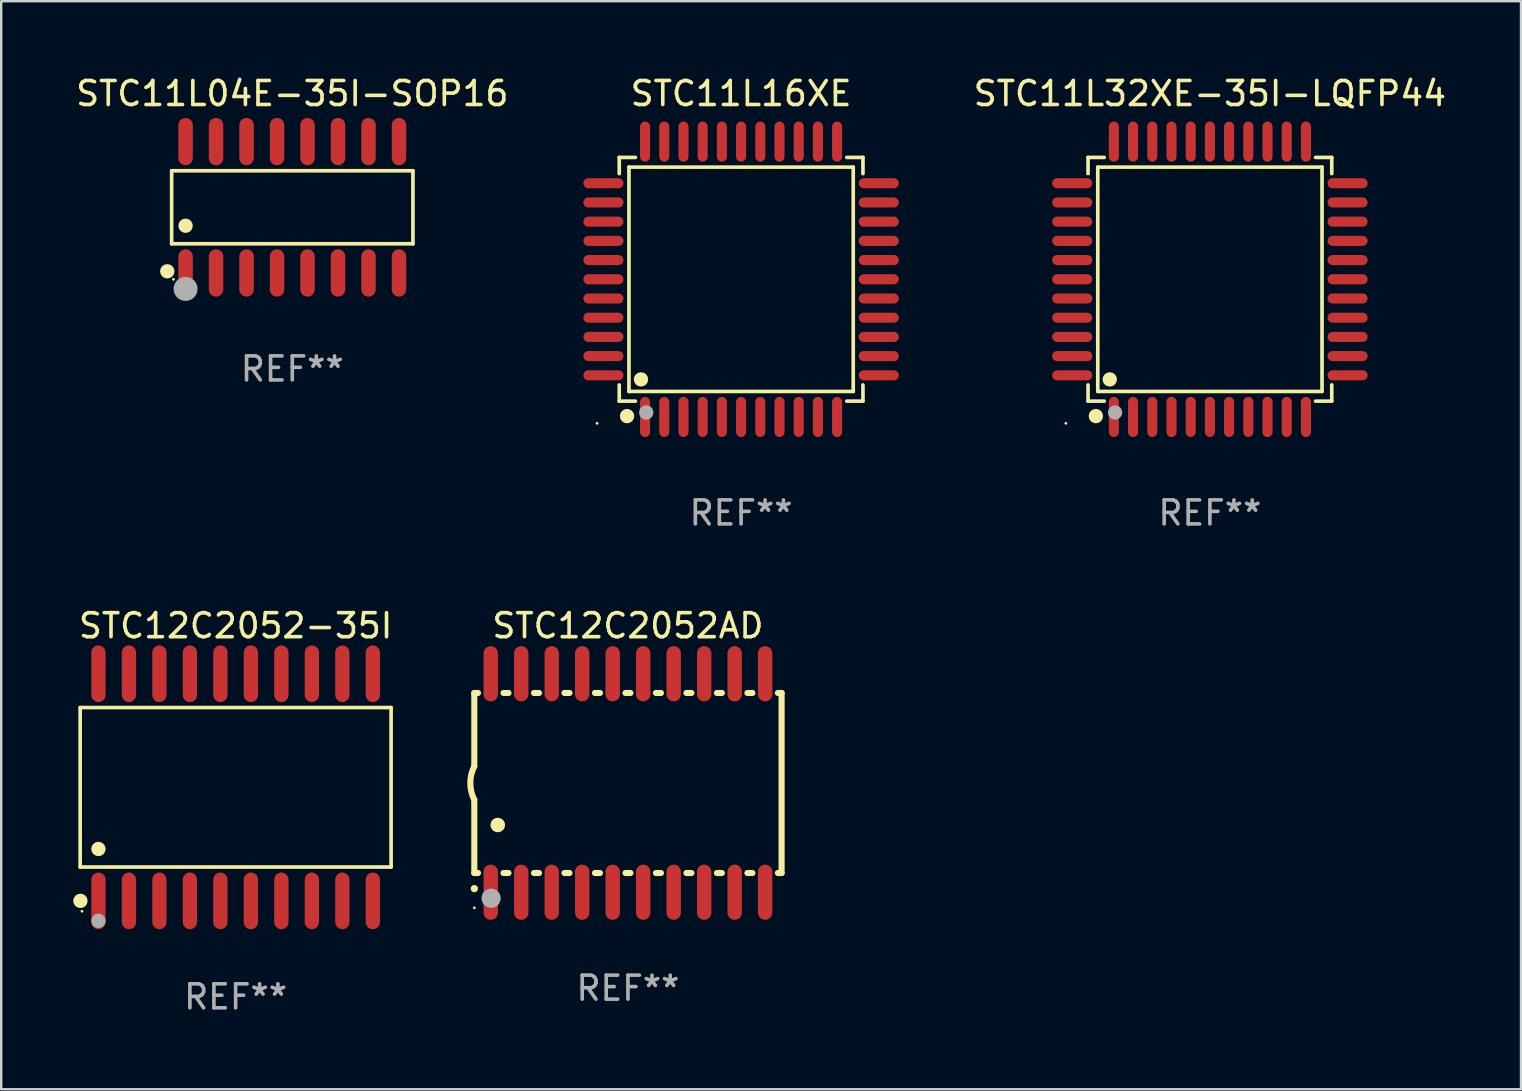
<source format=kicad_pcb>
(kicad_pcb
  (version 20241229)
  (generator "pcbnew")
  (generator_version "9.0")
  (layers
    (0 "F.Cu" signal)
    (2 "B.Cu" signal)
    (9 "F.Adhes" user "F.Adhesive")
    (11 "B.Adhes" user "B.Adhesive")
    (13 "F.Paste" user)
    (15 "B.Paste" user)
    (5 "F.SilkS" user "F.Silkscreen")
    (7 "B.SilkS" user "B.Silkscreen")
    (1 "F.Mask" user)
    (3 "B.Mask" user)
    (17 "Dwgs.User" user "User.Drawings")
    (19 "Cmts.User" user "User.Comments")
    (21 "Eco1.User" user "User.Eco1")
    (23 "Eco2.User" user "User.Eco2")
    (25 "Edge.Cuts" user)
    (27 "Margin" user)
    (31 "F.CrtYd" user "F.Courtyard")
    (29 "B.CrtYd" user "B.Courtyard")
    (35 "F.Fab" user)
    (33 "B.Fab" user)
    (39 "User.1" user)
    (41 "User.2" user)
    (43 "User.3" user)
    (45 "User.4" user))
  (footprint "STC11L16XE"
    (layer "F.Cu")
    (at 27.82 8.583)
    (property "Reference" "STC11L16XE" (at 0 -7.735 0) (layer "F.SilkS") (effects (font (size 1 1) (thickness 0.15))))
    (attr through_hole)
    (fp_line (start -5.076 -5.076) (end -4.401 -5.076) (stroke (width 0.152) (type solid)) (layer "F.SilkS"))
    (fp_line (start -5.076 -4.401) (end -5.076 -5.076) (stroke (width 0.152) (type solid)) (layer "F.SilkS"))
    (fp_line (start -5.076 4.401) (end -5.076 5.076) (stroke (width 0.152) (type solid)) (layer "F.SilkS"))
    (fp_line (start -5.076 5.076) (end -4.401 5.076) (stroke (width 0.152) (type solid)) (layer "F.SilkS"))
    (fp_line (start -4.671 -4.671) (end 4.671 -4.671) (stroke (width 0.152) (type solid)) (layer "F.SilkS"))
    (fp_line (start -4.671 4.671) (end -4.671 -4.671) (stroke (width 0.152) (type solid)) (layer "F.SilkS"))
    (fp_line (start 4.671 -4.671) (end 4.671 4.671) (stroke (width 0.152) (type solid)) (layer "F.SilkS"))
    (fp_line (start 4.671 4.671) (end -4.671 4.671) (stroke (width 0.152) (type solid)) (layer "F.SilkS"))
    (fp_line (start 5.076 -5.076) (end 4.401 -5.076) (stroke (width 0.152) (type solid)) (layer "F.SilkS"))
    (fp_line (start 5.076 -4.401) (end 5.076 -5.076) (stroke (width 0.152) (type solid)) (layer "F.SilkS"))
    (fp_line (start 5.076 4.401) (end 5.076 5.076) (stroke (width 0.152) (type solid)) (layer "F.SilkS"))
    (fp_line (start 5.076 5.076) (end 4.401 5.076) (stroke (width 0.152) (type solid)) (layer "F.SilkS"))
    (fp_circle (center -6 6) (end -5.97 6) (stroke (width 0.06) (type solid)) (fill no) (layer "F.SilkS"))
    (fp_circle (center -4.75 5.7) (end -4.6 5.7) (stroke (width 0.3) (type solid)) (fill no) (layer "F.SilkS"))
    (fp_circle (center -4.171 4.171) (end -4.021 4.171) (stroke (width 0.3) (type solid)) (fill no) (layer "F.SilkS"))
    (fp_circle (center -3.95 5.55) (end -3.8 5.55) (stroke (width 0.3) (type solid)) (fill no) (layer "F.Fab"))
    (fp_text user "REF**" (at 0 9.735 0) (layer "F.Fab") (effects (font (size 1 1) (thickness 0.15))))
    (pad "1" smd oval (at -4 5.735) (size 0.42 1.67) (layers "F.Cu" "F.Mask" "F.Paste"))
    (pad "2" smd oval (at -3.2 5.735) (size 0.42 1.67) (layers "F.Cu" "F.Mask" "F.Paste"))
    (pad "3" smd oval (at -2.4 5.735) (size 0.42 1.67) (layers "F.Cu" "F.Mask" "F.Paste"))
    (pad "4" smd oval (at -1.6 5.735) (size 0.42 1.67) (layers "F.Cu" "F.Mask" "F.Paste"))
    (pad "5" smd oval (at -0.8 5.735) (size 0.42 1.67) (layers "F.Cu" "F.Mask" "F.Paste"))
    (pad "6" smd oval (at 0 5.735) (size 0.42 1.67) (layers "F.Cu" "F.Mask" "F.Paste"))
    (pad "7" smd oval (at 0.8 5.735) (size 0.42 1.67) (layers "F.Cu" "F.Mask" "F.Paste"))
    (pad "8" smd oval (at 1.6 5.735) (size 0.42 1.67) (layers "F.Cu" "F.Mask" "F.Paste"))
    (pad "9" smd oval (at 2.4 5.735) (size 0.42 1.67) (layers "F.Cu" "F.Mask" "F.Paste"))
    (pad "10" smd oval (at 3.2 5.735) (size 0.42 1.67) (layers "F.Cu" "F.Mask" "F.Paste"))
    (pad "11" smd oval (at 4 5.735) (size 0.42 1.67) (layers "F.Cu" "F.Mask" "F.Paste"))
    (pad "12" smd oval (at 5.735 4) (size 1.67 0.42) (layers "F.Cu" "F.Mask" "F.Paste"))
    (pad "13" smd oval (at 5.735 3.2) (size 1.67 0.42) (layers "F.Cu" "F.Mask" "F.Paste"))
    (pad "14" smd oval (at 5.735 2.4) (size 1.67 0.42) (layers "F.Cu" "F.Mask" "F.Paste"))
    (pad "15" smd oval (at 5.735 1.6) (size 1.67 0.42) (layers "F.Cu" "F.Mask" "F.Paste"))
    (pad "16" smd oval (at 5.735 0.8) (size 1.67 0.42) (layers "F.Cu" "F.Mask" "F.Paste"))
    (pad "17" smd oval (at 5.735 0) (size 1.67 0.42) (layers "F.Cu" "F.Mask" "F.Paste"))
    (pad "18" smd oval (at 5.735 -0.8) (size 1.67 0.42) (layers "F.Cu" "F.Mask" "F.Paste"))
    (pad "19" smd oval (at 5.735 -1.6) (size 1.67 0.42) (layers "F.Cu" "F.Mask" "F.Paste"))
    (pad "20" smd oval (at 5.735 -2.4) (size 1.67 0.42) (layers "F.Cu" "F.Mask" "F.Paste"))
    (pad "21" smd oval (at 5.735 -3.2) (size 1.67 0.42) (layers "F.Cu" "F.Mask" "F.Paste"))
    (pad "22" smd oval (at 5.735 -4) (size 1.67 0.42) (layers "F.Cu" "F.Mask" "F.Paste"))
    (pad "23" smd oval (at 4 -5.735) (size 0.42 1.67) (layers "F.Cu" "F.Mask" "F.Paste"))
    (pad "24" smd oval (at 3.2 -5.735) (size 0.42 1.67) (layers "F.Cu" "F.Mask" "F.Paste"))
    (pad "25" smd oval (at 2.4 -5.735) (size 0.42 1.67) (layers "F.Cu" "F.Mask" "F.Paste"))
    (pad "26" smd oval (at 1.6 -5.735) (size 0.42 1.67) (layers "F.Cu" "F.Mask" "F.Paste"))
    (pad "27" smd oval (at 0.8 -5.735) (size 0.42 1.67) (layers "F.Cu" "F.Mask" "F.Paste"))
    (pad "28" smd oval (at 0 -5.735) (size 0.42 1.67) (layers "F.Cu" "F.Mask" "F.Paste"))
    (pad "29" smd oval (at -0.8 -5.735) (size 0.42 1.67) (layers "F.Cu" "F.Mask" "F.Paste"))
    (pad "30" smd oval (at -1.6 -5.735) (size 0.42 1.67) (layers "F.Cu" "F.Mask" "F.Paste"))
    (pad "31" smd oval (at -2.4 -5.735) (size 0.42 1.67) (layers "F.Cu" "F.Mask" "F.Paste"))
    (pad "32" smd oval (at -3.2 -5.735) (size 0.42 1.67) (layers "F.Cu" "F.Mask" "F.Paste"))
    (pad "33" smd oval (at -4 -5.735) (size 0.42 1.67) (layers "F.Cu" "F.Mask" "F.Paste"))
    (pad "34" smd oval (at -5.735 -4) (size 1.67 0.42) (layers "F.Cu" "F.Mask" "F.Paste"))
    (pad "35" smd oval (at -5.735 -3.2) (size 1.67 0.42) (layers "F.Cu" "F.Mask" "F.Paste"))
    (pad "36" smd oval (at -5.735 -2.4) (size 1.67 0.42) (layers "F.Cu" "F.Mask" "F.Paste"))
    (pad "37" smd oval (at -5.735 -1.6) (size 1.67 0.42) (layers "F.Cu" "F.Mask" "F.Paste"))
    (pad "38" smd oval (at -5.735 -0.8) (size 1.67 0.42) (layers "F.Cu" "F.Mask" "F.Paste"))
    (pad "39" smd oval (at -5.735 0) (size 1.67 0.42) (layers "F.Cu" "F.Mask" "F.Paste"))
    (pad "40" smd oval (at -5.735 0.8) (size 1.67 0.42) (layers "F.Cu" "F.Mask" "F.Paste"))
    (pad "41" smd oval (at -5.735 1.6) (size 1.67 0.42) (layers "F.Cu" "F.Mask" "F.Paste"))
    (pad "42" smd oval (at -5.735 2.4) (size 1.67 0.42) (layers "F.Cu" "F.Mask" "F.Paste"))
    (pad "43" smd oval (at -5.735 3.2) (size 1.67 0.42) (layers "F.Cu" "F.Mask" "F.Paste"))
    (pad "44" smd oval (at -5.735 4) (size 1.67 0.42) (layers "F.Cu" "F.Mask" "F.Paste")))
  (footprint "STC11L32XE-35I-LQFP44"
    (layer "F.Cu")
    (at 47.348 8.583)
    (property "Reference" "STC11L32XE-35I-LQFP44" (at 0 -7.735 0) (layer "F.SilkS") (effects (font (size 1 1) (thickness 0.15))))
    (attr through_hole)
    (fp_line (start -5.076 -5.076) (end -4.401 -5.076) (stroke (width 0.152) (type solid)) (layer "F.SilkS"))
    (fp_line (start -5.076 -4.401) (end -5.076 -5.076) (stroke (width 0.152) (type solid)) (layer "F.SilkS"))
    (fp_line (start -5.076 4.401) (end -5.076 5.076) (stroke (width 0.152) (type solid)) (layer "F.SilkS"))
    (fp_line (start -5.076 5.076) (end -4.401 5.076) (stroke (width 0.152) (type solid)) (layer "F.SilkS"))
    (fp_line (start -4.671 -4.671) (end 4.671 -4.671) (stroke (width 0.152) (type solid)) (layer "F.SilkS"))
    (fp_line (start -4.671 4.671) (end -4.671 -4.671) (stroke (width 0.152) (type solid)) (layer "F.SilkS"))
    (fp_line (start 4.671 -4.671) (end 4.671 4.671) (stroke (width 0.152) (type solid)) (layer "F.SilkS"))
    (fp_line (start 4.671 4.671) (end -4.671 4.671) (stroke (width 0.152) (type solid)) (layer "F.SilkS"))
    (fp_line (start 5.076 -5.076) (end 4.401 -5.076) (stroke (width 0.152) (type solid)) (layer "F.SilkS"))
    (fp_line (start 5.076 -4.401) (end 5.076 -5.076) (stroke (width 0.152) (type solid)) (layer "F.SilkS"))
    (fp_line (start 5.076 4.401) (end 5.076 5.076) (stroke (width 0.152) (type solid)) (layer "F.SilkS"))
    (fp_line (start 5.076 5.076) (end 4.401 5.076) (stroke (width 0.152) (type solid)) (layer "F.SilkS"))
    (fp_circle (center -6 6) (end -5.97 6) (stroke (width 0.06) (type solid)) (fill no) (layer "F.SilkS"))
    (fp_circle (center -4.75 5.7) (end -4.6 5.7) (stroke (width 0.3) (type solid)) (fill no) (layer "F.SilkS"))
    (fp_circle (center -4.171 4.171) (end -4.021 4.171) (stroke (width 0.3) (type solid)) (fill no) (layer "F.SilkS"))
    (fp_circle (center -3.95 5.55) (end -3.8 5.55) (stroke (width 0.3) (type solid)) (fill no) (layer "F.Fab"))
    (fp_text user "REF**" (at 0 9.735 0) (layer "F.Fab") (effects (font (size 1 1) (thickness 0.15))))
    (pad "1" smd oval (at -4 5.735) (size 0.42 1.67) (layers "F.Cu" "F.Mask" "F.Paste"))
    (pad "2" smd oval (at -3.2 5.735) (size 0.42 1.67) (layers "F.Cu" "F.Mask" "F.Paste"))
    (pad "3" smd oval (at -2.4 5.735) (size 0.42 1.67) (layers "F.Cu" "F.Mask" "F.Paste"))
    (pad "4" smd oval (at -1.6 5.735) (size 0.42 1.67) (layers "F.Cu" "F.Mask" "F.Paste"))
    (pad "5" smd oval (at -0.8 5.735) (size 0.42 1.67) (layers "F.Cu" "F.Mask" "F.Paste"))
    (pad "6" smd oval (at 0 5.735) (size 0.42 1.67) (layers "F.Cu" "F.Mask" "F.Paste"))
    (pad "7" smd oval (at 0.8 5.735) (size 0.42 1.67) (layers "F.Cu" "F.Mask" "F.Paste"))
    (pad "8" smd oval (at 1.6 5.735) (size 0.42 1.67) (layers "F.Cu" "F.Mask" "F.Paste"))
    (pad "9" smd oval (at 2.4 5.735) (size 0.42 1.67) (layers "F.Cu" "F.Mask" "F.Paste"))
    (pad "10" smd oval (at 3.2 5.735) (size 0.42 1.67) (layers "F.Cu" "F.Mask" "F.Paste"))
    (pad "11" smd oval (at 4 5.735) (size 0.42 1.67) (layers "F.Cu" "F.Mask" "F.Paste"))
    (pad "12" smd oval (at 5.735 4) (size 1.67 0.42) (layers "F.Cu" "F.Mask" "F.Paste"))
    (pad "13" smd oval (at 5.735 3.2) (size 1.67 0.42) (layers "F.Cu" "F.Mask" "F.Paste"))
    (pad "14" smd oval (at 5.735 2.4) (size 1.67 0.42) (layers "F.Cu" "F.Mask" "F.Paste"))
    (pad "15" smd oval (at 5.735 1.6) (size 1.67 0.42) (layers "F.Cu" "F.Mask" "F.Paste"))
    (pad "16" smd oval (at 5.735 0.8) (size 1.67 0.42) (layers "F.Cu" "F.Mask" "F.Paste"))
    (pad "17" smd oval (at 5.735 0) (size 1.67 0.42) (layers "F.Cu" "F.Mask" "F.Paste"))
    (pad "18" smd oval (at 5.735 -0.8) (size 1.67 0.42) (layers "F.Cu" "F.Mask" "F.Paste"))
    (pad "19" smd oval (at 5.735 -1.6) (size 1.67 0.42) (layers "F.Cu" "F.Mask" "F.Paste"))
    (pad "20" smd oval (at 5.735 -2.4) (size 1.67 0.42) (layers "F.Cu" "F.Mask" "F.Paste"))
    (pad "21" smd oval (at 5.735 -3.2) (size 1.67 0.42) (layers "F.Cu" "F.Mask" "F.Paste"))
    (pad "22" smd oval (at 5.735 -4) (size 1.67 0.42) (layers "F.Cu" "F.Mask" "F.Paste"))
    (pad "23" smd oval (at 4 -5.735) (size 0.42 1.67) (layers "F.Cu" "F.Mask" "F.Paste"))
    (pad "24" smd oval (at 3.2 -5.735) (size 0.42 1.67) (layers "F.Cu" "F.Mask" "F.Paste"))
    (pad "25" smd oval (at 2.4 -5.735) (size 0.42 1.67) (layers "F.Cu" "F.Mask" "F.Paste"))
    (pad "26" smd oval (at 1.6 -5.735) (size 0.42 1.67) (layers "F.Cu" "F.Mask" "F.Paste"))
    (pad "27" smd oval (at 0.8 -5.735) (size 0.42 1.67) (layers "F.Cu" "F.Mask" "F.Paste"))
    (pad "28" smd oval (at 0 -5.735) (size 0.42 1.67) (layers "F.Cu" "F.Mask" "F.Paste"))
    (pad "29" smd oval (at -0.8 -5.735) (size 0.42 1.67) (layers "F.Cu" "F.Mask" "F.Paste"))
    (pad "30" smd oval (at -1.6 -5.735) (size 0.42 1.67) (layers "F.Cu" "F.Mask" "F.Paste"))
    (pad "31" smd oval (at -2.4 -5.735) (size 0.42 1.67) (layers "F.Cu" "F.Mask" "F.Paste"))
    (pad "32" smd oval (at -3.2 -5.735) (size 0.42 1.67) (layers "F.Cu" "F.Mask" "F.Paste"))
    (pad "33" smd oval (at -4 -5.735) (size 0.42 1.67) (layers "F.Cu" "F.Mask" "F.Paste"))
    (pad "34" smd oval (at -5.735 -4) (size 1.67 0.42) (layers "F.Cu" "F.Mask" "F.Paste"))
    (pad "35" smd oval (at -5.735 -3.2) (size 1.67 0.42) (layers "F.Cu" "F.Mask" "F.Paste"))
    (pad "36" smd oval (at -5.735 -2.4) (size 1.67 0.42) (layers "F.Cu" "F.Mask" "F.Paste"))
    (pad "37" smd oval (at -5.735 -1.6) (size 1.67 0.42) (layers "F.Cu" "F.Mask" "F.Paste"))
    (pad "38" smd oval (at -5.735 -0.8) (size 1.67 0.42) (layers "F.Cu" "F.Mask" "F.Paste"))
    (pad "39" smd oval (at -5.735 0) (size 1.67 0.42) (layers "F.Cu" "F.Mask" "F.Paste"))
    (pad "40" smd oval (at -5.735 0.8) (size 1.67 0.42) (layers "F.Cu" "F.Mask" "F.Paste"))
    (pad "41" smd oval (at -5.735 1.6) (size 1.67 0.42) (layers "F.Cu" "F.Mask" "F.Paste"))
    (pad "42" smd oval (at -5.735 2.4) (size 1.67 0.42) (layers "F.Cu" "F.Mask" "F.Paste"))
    (pad "43" smd oval (at -5.735 3.2) (size 1.67 0.42) (layers "F.Cu" "F.Mask" "F.Paste"))
    (pad "44" smd oval (at -5.735 4) (size 1.67 0.42) (layers "F.Cu" "F.Mask" "F.Paste")))
  (footprint "STC12C2052-35I"
    (layer "F.Cu")
    (at 6.765 29.745)
    (property "Reference" "STC12C2052-35I" (at 0 -6.73 0) (layer "F.SilkS") (effects (font (size 1 1) (thickness 0.15))))
    (attr through_hole)
    (fp_line (start -6.476 -3.321) (end 6.476 -3.321) (stroke (width 0.152) (type solid)) (layer "F.SilkS"))
    (fp_line (start -6.476 3.321) (end -6.476 -3.321) (stroke (width 0.152) (type solid)) (layer "F.SilkS"))
    (fp_line (start 6.476 -3.321) (end 6.476 3.321) (stroke (width 0.152) (type solid)) (layer "F.SilkS"))
    (fp_line (start 6.476 3.321) (end -6.476 3.321) (stroke (width 0.152) (type solid)) (layer "F.SilkS"))
    (fp_circle (center -6.465 4.73) (end -6.315 4.73) (stroke (width 0.3) (type solid)) (fill no) (layer "F.SilkS"))
    (fp_circle (center -6.4 5.163) (end -6.37 5.163) (stroke (width 0.06) (type solid)) (fill no) (layer "F.SilkS"))
    (fp_circle (center -5.715 2.569) (end -5.565 2.569) (stroke (width 0.3) (type solid)) (fill no) (layer "F.SilkS"))
    (fp_circle (center -5.715 5.563) (end -5.565 5.563) (stroke (width 0.3) (type solid)) (fill no) (layer "F.Fab"))
    (fp_text user "REF**" (at 0 8.73 0) (layer "F.Fab") (effects (font (size 1 1) (thickness 0.15))))
    (pad "1" smd oval (at -5.715 4.73) (size 0.595 2.36) (layers "F.Cu" "F.Mask" "F.Paste"))
    (pad "2" smd oval (at -4.445 4.73) (size 0.595 2.36) (layers "F.Cu" "F.Mask" "F.Paste"))
    (pad "3" smd oval (at -3.175 4.73) (size 0.595 2.36) (layers "F.Cu" "F.Mask" "F.Paste"))
    (pad "4" smd oval (at -1.905 4.73) (size 0.595 2.36) (layers "F.Cu" "F.Mask" "F.Paste"))
    (pad "5" smd oval (at -0.635 4.73) (size 0.595 2.36) (layers "F.Cu" "F.Mask" "F.Paste"))
    (pad "6" smd oval (at 0.635 4.73) (size 0.595 2.36) (layers "F.Cu" "F.Mask" "F.Paste"))
    (pad "7" smd oval (at 1.905 4.73) (size 0.595 2.36) (layers "F.Cu" "F.Mask" "F.Paste"))
    (pad "8" smd oval (at 3.175 4.73) (size 0.595 2.36) (layers "F.Cu" "F.Mask" "F.Paste"))
    (pad "9" smd oval (at 4.445 4.73) (size 0.595 2.36) (layers "F.Cu" "F.Mask" "F.Paste"))
    (pad "10" smd oval (at 5.715 4.73) (size 0.595 2.36) (layers "F.Cu" "F.Mask" "F.Paste"))
    (pad "11" smd oval (at 5.715 -4.73) (size 0.595 2.36) (layers "F.Cu" "F.Mask" "F.Paste"))
    (pad "12" smd oval (at 4.445 -4.73) (size 0.595 2.36) (layers "F.Cu" "F.Mask" "F.Paste"))
    (pad "13" smd oval (at 3.175 -4.73) (size 0.595 2.36) (layers "F.Cu" "F.Mask" "F.Paste"))
    (pad "14" smd oval (at 1.905 -4.73) (size 0.595 2.36) (layers "F.Cu" "F.Mask" "F.Paste"))
    (pad "15" smd oval (at 0.635 -4.73) (size 0.595 2.36) (layers "F.Cu" "F.Mask" "F.Paste"))
    (pad "16" smd oval (at -0.635 -4.73) (size 0.595 2.36) (layers "F.Cu" "F.Mask" "F.Paste"))
    (pad "17" smd oval (at -1.905 -4.73) (size 0.595 2.36) (layers "F.Cu" "F.Mask" "F.Paste"))
    (pad "18" smd oval (at -3.175 -4.73) (size 0.595 2.36) (layers "F.Cu" "F.Mask" "F.Paste"))
    (pad "19" smd oval (at -4.445 -4.73) (size 0.595 2.36) (layers "F.Cu" "F.Mask" "F.Paste"))
    (pad "20" smd oval (at -5.715 -4.73) (size 0.595 2.36) (layers "F.Cu" "F.Mask" "F.Paste")))
  (footprint "STC12C2052AD"
    (layer "F.Cu")
    (at 23.107 29.565)
    (property "Reference" "STC12C2052AD" (at 0 -6.55 0) (layer "F.SilkS") (effects (font (size 1 1) (thickness 0.15))))
    (attr through_hole)
    (fp_line (start -6.4 -3.75) (end -6.4 -0.7) (stroke (width 0.254) (type solid)) (layer "F.SilkS"))
    (fp_line (start -6.4 -3.75) (end -6.246 -3.75) (stroke (width 0.254) (type solid)) (layer "F.SilkS"))
    (fp_line (start -6.4 3.75) (end -6.4 0.7) (stroke (width 0.254) (type solid)) (layer "F.SilkS"))
    (fp_line (start -6.246 3.75) (end -6.4 3.75) (stroke (width 0.254) (type solid)) (layer "F.SilkS"))
    (fp_line (start -5.184 -3.75) (end -4.976 -3.75) (stroke (width 0.254) (type solid)) (layer "F.SilkS"))
    (fp_line (start -4.976 3.75) (end -5.184 3.75) (stroke (width 0.254) (type solid)) (layer "F.SilkS"))
    (fp_line (start -3.914 -3.75) (end -3.706 -3.75) (stroke (width 0.254) (type solid)) (layer "F.SilkS"))
    (fp_line (start -3.706 3.75) (end -3.914 3.75) (stroke (width 0.254) (type solid)) (layer "F.SilkS"))
    (fp_line (start -2.644 -3.75) (end -2.436 -3.75) (stroke (width 0.254) (type solid)) (layer "F.SilkS"))
    (fp_line (start -2.436 3.75) (end -2.644 3.75) (stroke (width 0.254) (type solid)) (layer "F.SilkS"))
    (fp_line (start -1.374 -3.75) (end -1.166 -3.75) (stroke (width 0.254) (type solid)) (layer "F.SilkS"))
    (fp_line (start -1.166 3.75) (end -1.374 3.75) (stroke (width 0.254) (type solid)) (layer "F.SilkS"))
    (fp_line (start -0.104 -3.75) (end 0.104 -3.75) (stroke (width 0.254) (type solid)) (layer "F.SilkS"))
    (fp_line (start 0.104 3.75) (end -0.104 3.75) (stroke (width 0.254) (type solid)) (layer "F.SilkS"))
    (fp_line (start 1.166 -3.75) (end 1.374 -3.75) (stroke (width 0.254) (type solid)) (layer "F.SilkS"))
    (fp_line (start 1.374 3.75) (end 1.166 3.75) (stroke (width 0.254) (type solid)) (layer "F.SilkS"))
    (fp_line (start 2.436 -3.75) (end 2.644 -3.75) (stroke (width 0.254) (type solid)) (layer "F.SilkS"))
    (fp_line (start 2.644 3.75) (end 2.436 3.75) (stroke (width 0.254) (type solid)) (layer "F.SilkS"))
    (fp_line (start 3.706 -3.75) (end 3.914 -3.75) (stroke (width 0.254) (type solid)) (layer "F.SilkS"))
    (fp_line (start 3.914 3.75) (end 3.706 3.75) (stroke (width 0.254) (type solid)) (layer "F.SilkS"))
    (fp_line (start 4.976 -3.75) (end 5.184 -3.75) (stroke (width 0.254) (type solid)) (layer "F.SilkS"))
    (fp_line (start 5.184 3.75) (end 4.976 3.75) (stroke (width 0.254) (type solid)) (layer "F.SilkS"))
    (fp_line (start 6.246 -3.75) (end 6.4 -3.75) (stroke (width 0.254) (type solid)) (layer "F.SilkS"))
    (fp_line (start 6.4 -3.75) (end 6.4 3.75) (stroke (width 0.254) (type solid)) (layer "F.SilkS"))
    (fp_line (start 6.4 3.75) (end 6.246 3.75) (stroke (width 0.254) (type solid)) (layer "F.SilkS"))
    (fp_arc (start -6.400812 0.701041) (mid -6.565912 0.000428) (end -6.400025 -0.7) (stroke (width 0.254001) (type solid)) (layer "F.SilkS"))
    (fp_arc (start -6.400025 4.4) (mid -6.398755 4.399995) (end -6.397485 4.4) (stroke (width 0.3) (type solid)) (layer "F.SilkS"))
    (fp_arc (start -5.425451 1.750064) (mid -5.422911 1.750053) (end -5.420371 1.750064) (stroke (width 0.6) (type solid)) (layer "F.SilkS"))
    (fp_circle (center -6.4 5.2) (end -6.37 5.2) (stroke (width 0.06) (type solid)) (fill no) (layer "F.SilkS"))
    (fp_circle (center -5.7 4.8) (end -5.5 4.8) (stroke (width 0.4) (type solid)) (fill no) (layer "F.Fab"))
    (fp_text user "REF**" (at 0 8.55 0) (layer "F.Fab") (effects (font (size 1 1) (thickness 0.15))))
    (pad "1" smd oval (at -5.715 4.55 180) (size 0.6 2.3) (layers "F.Cu" "F.Mask" "F.Paste"))
    (pad "2" smd oval (at -4.445 4.55 180) (size 0.6 2.3) (layers "F.Cu" "F.Mask" "F.Paste"))
    (pad "3" smd oval (at -3.175 4.55 180) (size 0.6 2.3) (layers "F.Cu" "F.Mask" "F.Paste"))
    (pad "4" smd oval (at -1.905 4.55 180) (size 0.6 2.3) (layers "F.Cu" "F.Mask" "F.Paste"))
    (pad "5" smd oval (at -0.635 4.55 180) (size 0.6 2.3) (layers "F.Cu" "F.Mask" "F.Paste"))
    (pad "6" smd oval (at 0.635 4.55 180) (size 0.6 2.3) (layers "F.Cu" "F.Mask" "F.Paste"))
    (pad "7" smd oval (at 1.905 4.55 180) (size 0.6 2.3) (layers "F.Cu" "F.Mask" "F.Paste"))
    (pad "8" smd oval (at 3.175 4.55 180) (size 0.6 2.3) (layers "F.Cu" "F.Mask" "F.Paste"))
    (pad "9" smd oval (at 4.445 4.55 180) (size 0.6 2.3) (layers "F.Cu" "F.Mask" "F.Paste"))
    (pad "10" smd oval (at 5.715 4.55 180) (size 0.6 2.3) (layers "F.Cu" "F.Mask" "F.Paste"))
    (pad "11" smd oval (at 5.715 -4.55 180) (size 0.6 2.3) (layers "F.Cu" "F.Mask" "F.Paste"))
    (pad "12" smd oval (at 4.445 -4.55 180) (size 0.6 2.3) (layers "F.Cu" "F.Mask" "F.Paste"))
    (pad "13" smd oval (at 3.175 -4.55 180) (size 0.6 2.3) (layers "F.Cu" "F.Mask" "F.Paste"))
    (pad "14" smd oval (at 1.905 -4.55 180) (size 0.6 2.3) (layers "F.Cu" "F.Mask" "F.Paste"))
    (pad "15" smd oval (at 0.635 -4.55 180) (size 0.6 2.3) (layers "F.Cu" "F.Mask" "F.Paste"))
    (pad "16" smd oval (at -0.635 -4.55 180) (size 0.6 2.3) (layers "F.Cu" "F.Mask" "F.Paste"))
    (pad "17" smd oval (at -1.905 -4.55 180) (size 0.6 2.3) (layers "F.Cu" "F.Mask" "F.Paste"))
    (pad "18" smd oval (at -3.175 -4.55 180) (size 0.6 2.3) (layers "F.Cu" "F.Mask" "F.Paste"))
    (pad "19" smd oval (at -4.445 -4.55 180) (size 0.6 2.3) (layers "F.Cu" "F.Mask" "F.Paste"))
    (pad "20" smd oval (at -5.715 -4.55 180) (size 0.6 2.3) (layers "F.Cu" "F.Mask" "F.Paste")))
  (footprint "STC11L04E-35I-SOP16"
    (layer "F.Cu")
    (at 9.125 5.584)
    (property "Reference" "STC11L04E-35I-SOP16" (at 0 -4.736 0) (layer "F.SilkS") (effects (font (size 1 1) (thickness 0.15))))
    (attr through_hole)
    (fp_line (start -5.026 -1.521) (end 5.026 -1.521) (stroke (width 0.152) (type solid)) (layer "F.SilkS"))
    (fp_line (start -5.026 1.521) (end -5.026 -1.521) (stroke (width 0.152) (type solid)) (layer "F.SilkS"))
    (fp_line (start 5.026 -1.521) (end 5.026 1.521) (stroke (width 0.152) (type solid)) (layer "F.SilkS"))
    (fp_line (start 5.026 1.521) (end -5.026 1.521) (stroke (width 0.152) (type solid)) (layer "F.SilkS"))
    (fp_circle (center -5.207 2.667) (end -5.057 2.667) (stroke (width 0.3) (type solid)) (fill no) (layer "F.SilkS"))
    (fp_circle (center -4.95 3) (end -4.92 3) (stroke (width 0.06) (type solid)) (fill no) (layer "F.SilkS"))
    (fp_circle (center -4.445 0.769) (end -4.295 0.769) (stroke (width 0.3) (type solid)) (fill no) (layer "F.SilkS"))
    (fp_circle (center -4.445 3.4) (end -4.195 3.4) (stroke (width 0.5) (type solid)) (fill no) (layer "F.Fab"))
    (fp_text user "REF**" (at 0 6.736 0) (layer "F.Fab") (effects (font (size 1 1) (thickness 0.15))))
    (pad "1" smd oval (at -4.445 2.736) (size 0.602 1.971) (layers "F.Cu" "F.Mask" "F.Paste"))
    (pad "2" smd oval (at -3.175 2.736) (size 0.602 1.971) (layers "F.Cu" "F.Mask" "F.Paste"))
    (pad "3" smd oval (at -1.905 2.736) (size 0.602 1.971) (layers "F.Cu" "F.Mask" "F.Paste"))
    (pad "4" smd oval (at -0.635 2.736) (size 0.602 1.971) (layers "F.Cu" "F.Mask" "F.Paste"))
    (pad "5" smd oval (at 0.635 2.736) (size 0.602 1.971) (layers "F.Cu" "F.Mask" "F.Paste"))
    (pad "6" smd oval (at 1.905 2.736) (size 0.602 1.971) (layers "F.Cu" "F.Mask" "F.Paste"))
    (pad "7" smd oval (at 3.175 2.736) (size 0.602 1.971) (layers "F.Cu" "F.Mask" "F.Paste"))
    (pad "8" smd oval (at 4.445 2.736) (size 0.602 1.971) (layers "F.Cu" "F.Mask" "F.Paste"))
    (pad "9" smd oval (at 4.445 -2.736) (size 0.602 1.971) (layers "F.Cu" "F.Mask" "F.Paste"))
    (pad "10" smd oval (at 3.175 -2.736) (size 0.602 1.971) (layers "F.Cu" "F.Mask" "F.Paste"))
    (pad "11" smd oval (at 1.905 -2.736) (size 0.602 1.971) (layers "F.Cu" "F.Mask" "F.Paste"))
    (pad "12" smd oval (at 0.635 -2.736) (size 0.602 1.971) (layers "F.Cu" "F.Mask" "F.Paste"))
    (pad "13" smd oval (at -0.635 -2.736) (size 0.602 1.971) (layers "F.Cu" "F.Mask" "F.Paste"))
    (pad "14" smd oval (at -1.905 -2.736) (size 0.602 1.971) (layers "F.Cu" "F.Mask" "F.Paste"))
    (pad "15" smd oval (at -3.175 -2.736) (size 0.602 1.971) (layers "F.Cu" "F.Mask" "F.Paste"))
    (pad "16" smd oval (at -4.445 -2.736) (size 0.602 1.971) (layers "F.Cu" "F.Mask" "F.Paste")))
  (gr_rect
    (start -3 -3)
    (end 60.307 42.323)
    (stroke (width 0.1) (type default))
    (fill no)
    (layer "Edge.Cuts")))
</source>
